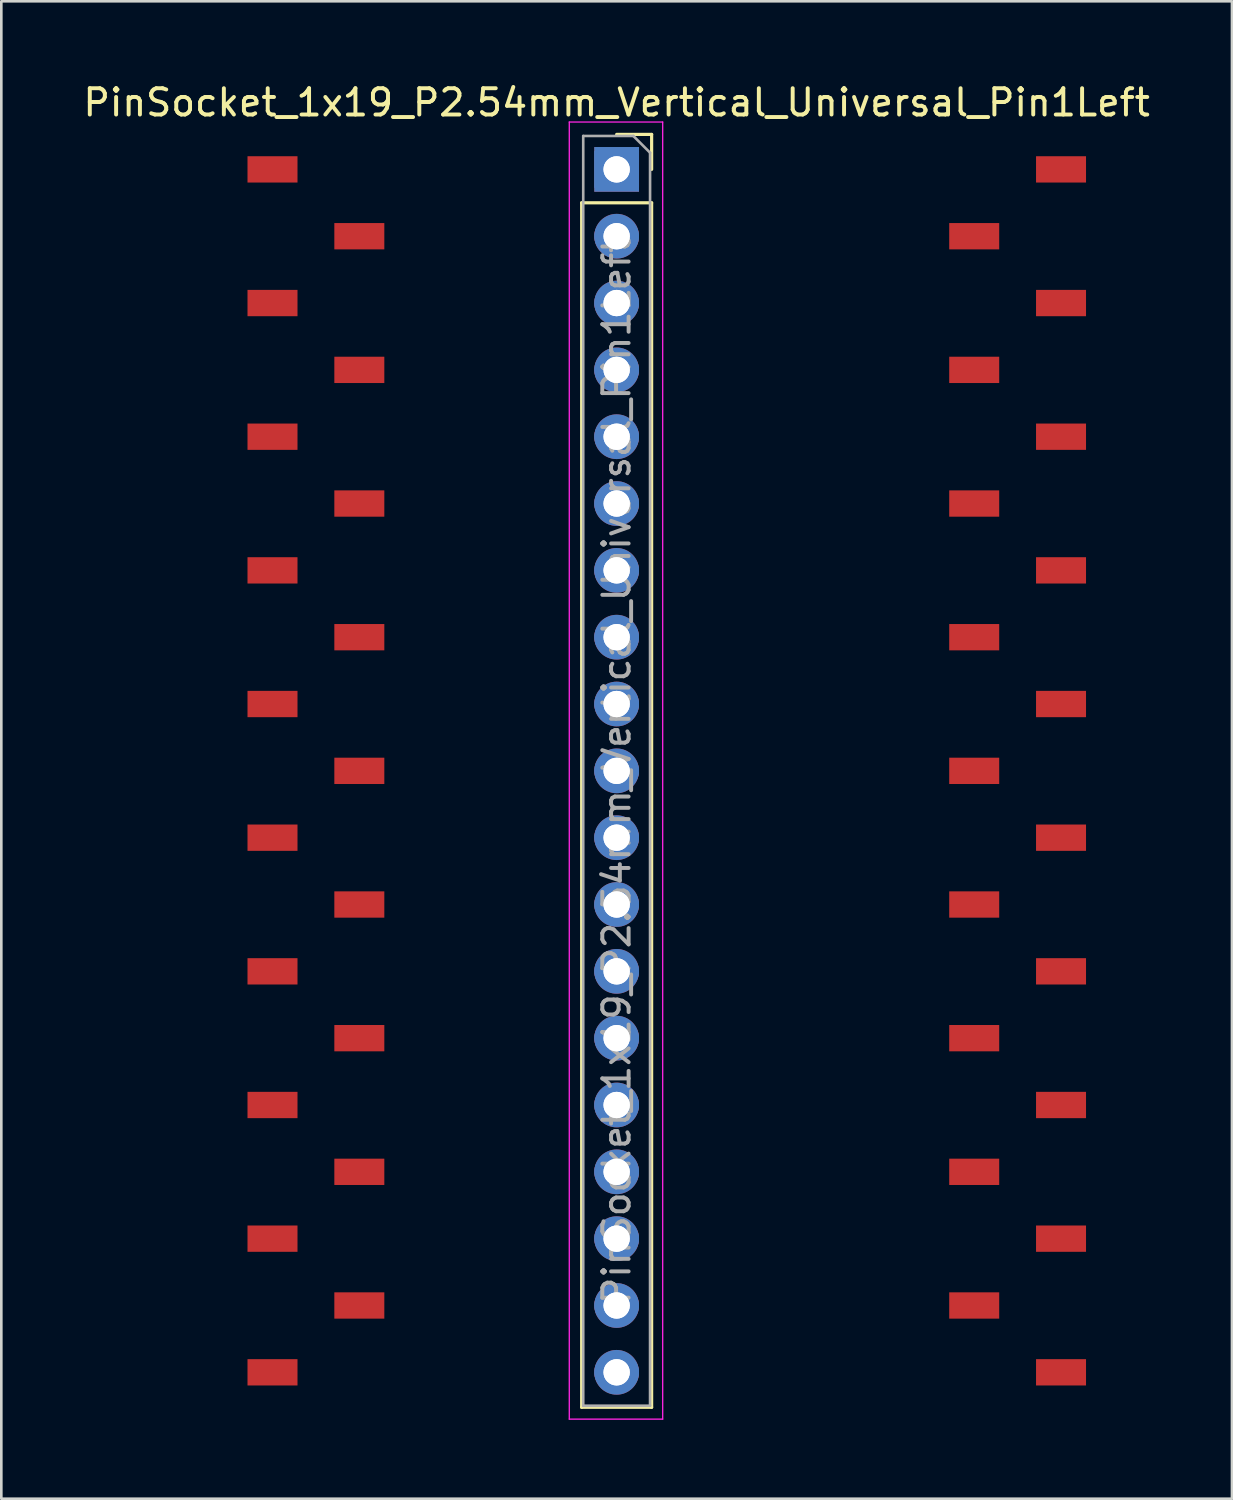
<source format=kicad_pcb>
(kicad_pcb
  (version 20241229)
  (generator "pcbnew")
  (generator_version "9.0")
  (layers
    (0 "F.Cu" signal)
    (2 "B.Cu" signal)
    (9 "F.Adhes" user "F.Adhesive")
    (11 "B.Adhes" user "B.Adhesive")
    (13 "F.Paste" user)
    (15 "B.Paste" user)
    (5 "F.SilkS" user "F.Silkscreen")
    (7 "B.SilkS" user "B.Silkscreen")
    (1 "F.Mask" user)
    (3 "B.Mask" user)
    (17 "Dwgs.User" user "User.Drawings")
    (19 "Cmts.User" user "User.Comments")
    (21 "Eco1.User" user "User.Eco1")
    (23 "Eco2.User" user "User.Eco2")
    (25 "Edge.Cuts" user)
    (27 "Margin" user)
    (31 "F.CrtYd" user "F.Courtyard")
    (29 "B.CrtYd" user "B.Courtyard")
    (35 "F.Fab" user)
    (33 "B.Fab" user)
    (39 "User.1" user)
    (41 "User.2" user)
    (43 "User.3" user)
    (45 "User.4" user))
  (footprint "PinSocket_1x19_P2.54mm_Vertical_Universal_Pin1Left"
    (layer "F.Cu")
    (at 20.387 3.388)
    (property "Reference" "PinSocket_1x19_P2.54mm_Vertical_Universal_Pin1Left" (at 0 -2.54 0) (layer "F.SilkS") (effects (font (size 1 1) (thickness 0.15))))
    (attr through_hole)
    (fp_line (start -1.33 1.27) (end -1.33 47.05) (stroke (width 0.12) (type solid)) (layer "F.SilkS"))
    (fp_line (start -1.33 1.27) (end 1.33 1.27) (stroke (width 0.12) (type solid)) (layer "F.SilkS"))
    (fp_line (start -1.33 47.05) (end 1.33 47.05) (stroke (width 0.12) (type solid)) (layer "F.SilkS"))
    (fp_line (start 0 -1.33) (end 1.33 -1.33) (stroke (width 0.12) (type solid)) (layer "F.SilkS"))
    (fp_line (start 1.33 -1.33) (end 1.33 0) (stroke (width 0.12) (type solid)) (layer "F.SilkS"))
    (fp_line (start 1.33 1.27) (end 1.33 47.05) (stroke (width 0.12) (type solid)) (layer "F.SilkS"))
    (fp_line (start -1.8 -1.8) (end 1.75 -1.8) (stroke (width 0.05) (type solid)) (layer "F.CrtYd"))
    (fp_line (start -1.8 47.5) (end -1.8 -1.8) (stroke (width 0.05) (type solid)) (layer "F.CrtYd"))
    (fp_line (start 1.75 -1.8) (end 1.75 47.5) (stroke (width 0.05) (type solid)) (layer "F.CrtYd"))
    (fp_line (start 1.75 47.5) (end -1.8 47.5) (stroke (width 0.05) (type solid)) (layer "F.CrtYd"))
    (fp_line (start -1.27 -1.27) (end 0.635 -1.27) (stroke (width 0.1) (type solid)) (layer "F.Fab"))
    (fp_line (start -1.27 46.99) (end -1.27 -1.27) (stroke (width 0.1) (type solid)) (layer "F.Fab"))
    (fp_line (start 0.635 -1.27) (end 1.27 -0.635) (stroke (width 0.1) (type solid)) (layer "F.Fab"))
    (fp_line (start 1.27 -0.635) (end 1.27 46.99) (stroke (width 0.1) (type solid)) (layer "F.Fab"))
    (fp_line (start 1.27 46.99) (end -1.27 46.99) (stroke (width 0.1) (type solid)) (layer "F.Fab"))
    (fp_text user "${REFERENCE}" (at 0 22.86 90) (layer "F.Fab") (effects (font (size 1 1) (thickness 0.15))))
    (pad "1" smd rect (at -13.08 0) (size 1.9 1) (layers "F.Cu" "F.Mask" "F.Paste"))
    (pad "1" thru_hole rect (at 0 0) (size 1.7 1.4) (drill 1) (layers "F.Cu"))
    (pad "1" thru_hole rect (at 0 0) (size 1.7 1.7) (drill 1) (layers "B.Cu" "B.Mask"))
    (pad "1" smd rect (at 16.89 0) (size 1.9 1) (layers "F.Cu" "F.Mask" "F.Paste"))
    (pad "2" smd rect (at -9.78 2.54) (size 1.9 1) (layers "F.Cu" "F.Mask" "F.Paste"))
    (pad "2" thru_hole oval (at 0 2.54) (size 1.7 1.4) (drill 1) (layers "F.Cu"))
    (pad "2" thru_hole oval (at 0 2.54) (size 1.7 1.7) (drill 1) (layers "B.Cu" "B.Mask"))
    (pad "2" smd rect (at 13.59 2.54) (size 1.9 1) (layers "F.Cu" "F.Mask" "F.Paste"))
    (pad "3" smd rect (at -13.08 5.08) (size 1.9 1) (layers "F.Cu" "F.Mask" "F.Paste"))
    (pad "3" thru_hole oval (at 0 5.08) (size 1.7 1.4) (drill 1) (layers "F.Cu"))
    (pad "3" thru_hole oval (at 0 5.08) (size 1.7 1.7) (drill 1) (layers "B.Cu" "B.Mask"))
    (pad "3" smd rect (at 16.89 5.08) (size 1.9 1) (layers "F.Cu" "F.Mask" "F.Paste"))
    (pad "4" smd rect (at -9.78 7.62) (size 1.9 1) (layers "F.Cu" "F.Mask" "F.Paste"))
    (pad "4" thru_hole oval (at 0 7.62) (size 1.7 1.4) (drill 1) (layers "F.Cu"))
    (pad "4" thru_hole oval (at 0 7.62) (size 1.7 1.7) (drill 1) (layers "B.Cu" "B.Mask"))
    (pad "4" smd rect (at 13.59 7.62) (size 1.9 1) (layers "F.Cu" "F.Mask" "F.Paste"))
    (pad "5" smd rect (at -13.08 10.16) (size 1.9 1) (layers "F.Cu" "F.Mask" "F.Paste"))
    (pad "5" thru_hole oval (at 0 10.16) (size 1.7 1.4) (drill 1) (layers "F.Cu"))
    (pad "5" thru_hole oval (at 0 10.16) (size 1.7 1.7) (drill 1) (layers "B.Cu" "B.Mask"))
    (pad "5" smd rect (at 16.89 10.16) (size 1.9 1) (layers "F.Cu" "F.Mask" "F.Paste"))
    (pad "6" smd rect (at -9.78 12.7) (size 1.9 1) (layers "F.Cu" "F.Mask" "F.Paste"))
    (pad "6" thru_hole oval (at 0 12.7) (size 1.7 1.4) (drill 1) (layers "F.Cu"))
    (pad "6" thru_hole oval (at 0 12.7) (size 1.7 1.7) (drill 1) (layers "B.Cu" "B.Mask"))
    (pad "6" smd rect (at 13.59 12.7) (size 1.9 1) (layers "F.Cu" "F.Mask" "F.Paste"))
    (pad "7" smd rect (at -13.08 15.24) (size 1.9 1) (layers "F.Cu" "F.Mask" "F.Paste"))
    (pad "7" thru_hole oval (at 0 15.24) (size 1.7 1.4) (drill 1) (layers "F.Cu"))
    (pad "7" thru_hole oval (at 0 15.24) (size 1.7 1.7) (drill 1) (layers "B.Cu" "B.Mask"))
    (pad "7" smd rect (at 16.89 15.24) (size 1.9 1) (layers "F.Cu" "F.Mask" "F.Paste"))
    (pad "8" smd rect (at -9.78 17.78) (size 1.9 1) (layers "F.Cu" "F.Mask" "F.Paste"))
    (pad "8" thru_hole oval (at 0 17.78) (size 1.7 1.4) (drill 1) (layers "F.Cu"))
    (pad "8" thru_hole oval (at 0 17.78) (size 1.7 1.7) (drill 1) (layers "B.Cu" "B.Mask"))
    (pad "8" smd rect (at 13.59 17.78) (size 1.9 1) (layers "F.Cu" "F.Mask" "F.Paste"))
    (pad "9" smd rect (at -13.08 20.32) (size 1.9 1) (layers "F.Cu" "F.Mask" "F.Paste"))
    (pad "9" thru_hole oval (at 0 20.32) (size 1.7 1.4) (drill 1) (layers "F.Cu"))
    (pad "9" thru_hole oval (at 0 20.32) (size 1.7 1.7) (drill 1) (layers "B.Cu" "B.Mask"))
    (pad "9" smd rect (at 16.89 20.32) (size 1.9 1) (layers "F.Cu" "F.Mask" "F.Paste"))
    (pad "10" smd rect (at -9.78 22.86) (size 1.9 1) (layers "F.Cu" "F.Mask" "F.Paste"))
    (pad "10" thru_hole oval (at 0 22.86) (size 1.7 1.4) (drill 1) (layers "F.Cu"))
    (pad "10" thru_hole oval (at 0 22.86) (size 1.7 1.7) (drill 1) (layers "B.Cu" "B.Mask"))
    (pad "10" smd rect (at 13.59 22.86) (size 1.9 1) (layers "F.Cu" "F.Mask" "F.Paste"))
    (pad "11" smd rect (at -13.08 25.4) (size 1.9 1) (layers "F.Cu" "F.Mask" "F.Paste"))
    (pad "11" thru_hole oval (at 0 25.4) (size 1.7 1.4) (drill 1) (layers "F.Cu"))
    (pad "11" thru_hole oval (at 0 25.4) (size 1.7 1.7) (drill 1) (layers "B.Cu" "B.Mask"))
    (pad "11" smd rect (at 16.89 25.4) (size 1.9 1) (layers "F.Cu" "F.Mask" "F.Paste"))
    (pad "12" smd rect (at -9.78 27.94) (size 1.9 1) (layers "F.Cu" "F.Mask" "F.Paste"))
    (pad "12" thru_hole oval (at 0 27.94) (size 1.7 1.4) (drill 1) (layers "F.Cu"))
    (pad "12" thru_hole oval (at 0 27.94) (size 1.7 1.7) (drill 1) (layers "B.Cu" "B.Mask"))
    (pad "12" smd rect (at 13.59 27.94) (size 1.9 1) (layers "F.Cu" "F.Mask" "F.Paste"))
    (pad "13" smd rect (at -13.08 30.48) (size 1.9 1) (layers "F.Cu" "F.Mask" "F.Paste"))
    (pad "13" thru_hole oval (at 0 30.48) (size 1.7 1.4) (drill 1) (layers "F.Cu"))
    (pad "13" thru_hole oval (at 0 30.48) (size 1.7 1.7) (drill 1) (layers "B.Cu" "B.Mask"))
    (pad "13" smd rect (at 16.89 30.48) (size 1.9 1) (layers "F.Cu" "F.Mask" "F.Paste"))
    (pad "14" smd rect (at -9.78 33.02) (size 1.9 1) (layers "F.Cu" "F.Mask" "F.Paste"))
    (pad "14" thru_hole oval (at 0 33.02) (size 1.7 1.4) (drill 1) (layers "F.Cu"))
    (pad "14" thru_hole oval (at 0 33.02) (size 1.7 1.7) (drill 1) (layers "B.Cu" "B.Mask"))
    (pad "14" smd rect (at 13.59 33.02) (size 1.9 1) (layers "F.Cu" "F.Mask" "F.Paste"))
    (pad "15" smd rect (at -13.08 35.56) (size 1.9 1) (layers "F.Cu" "F.Mask" "F.Paste"))
    (pad "15" thru_hole oval (at 0 35.56) (size 1.7 1.4) (drill 1) (layers "F.Cu"))
    (pad "15" thru_hole oval (at 0 35.56) (size 1.7 1.7) (drill 1) (layers "B.Cu" "B.Mask"))
    (pad "15" smd rect (at 16.89 35.56) (size 1.9 1) (layers "F.Cu" "F.Mask" "F.Paste"))
    (pad "16" smd rect (at -9.78 38.1) (size 1.9 1) (layers "F.Cu" "F.Mask" "F.Paste"))
    (pad "16" thru_hole oval (at 0 38.1) (size 1.7 1.4) (drill 1) (layers "F.Cu"))
    (pad "16" thru_hole oval (at 0 38.1) (size 1.7 1.7) (drill 1) (layers "B.Cu" "B.Mask"))
    (pad "16" smd rect (at 13.59 38.1) (size 1.9 1) (layers "F.Cu" "F.Mask" "F.Paste"))
    (pad "17" smd rect (at -13.08 40.64) (size 1.9 1) (layers "F.Cu" "F.Mask" "F.Paste"))
    (pad "17" thru_hole oval (at 0 40.64) (size 1.7 1.4) (drill 1) (layers "F.Cu"))
    (pad "17" thru_hole oval (at 0 40.64) (size 1.7 1.7) (drill 1) (layers "B.Cu" "B.Mask"))
    (pad "17" smd rect (at 16.89 40.64) (size 1.9 1) (layers "F.Cu" "F.Mask" "F.Paste"))
    (pad "18" smd rect (at -9.78 43.18) (size 1.9 1) (layers "F.Cu" "F.Mask" "F.Paste"))
    (pad "18" thru_hole oval (at 0 43.18) (size 1.7 1.4) (drill 1) (layers "F.Cu"))
    (pad "18" thru_hole oval (at 0 43.18) (size 1.7 1.7) (drill 1) (layers "B.Cu" "B.Mask"))
    (pad "18" smd rect (at 13.59 43.18) (size 1.9 1) (layers "F.Cu" "F.Mask" "F.Paste"))
    (pad "19" smd rect (at -13.08 45.72) (size 1.9 1) (layers "F.Cu" "F.Mask" "F.Paste"))
    (pad "19" thru_hole oval (at 0 45.72) (size 1.7 1.4) (drill 1) (layers "F.Cu"))
    (pad "19" thru_hole oval (at 0 45.72) (size 1.7 1.7) (drill 1) (layers "B.Cu" "B.Mask"))
    (pad "19" smd rect (at 16.89 45.72) (size 1.9 1) (layers "F.Cu" "F.Mask" "F.Paste")))
  (gr_rect
    (start -3 -3)
    (end 43.774 53.913)
    (stroke (width 0.1) (type default))
    (fill no)
    (layer "Edge.Cuts")))
</source>
